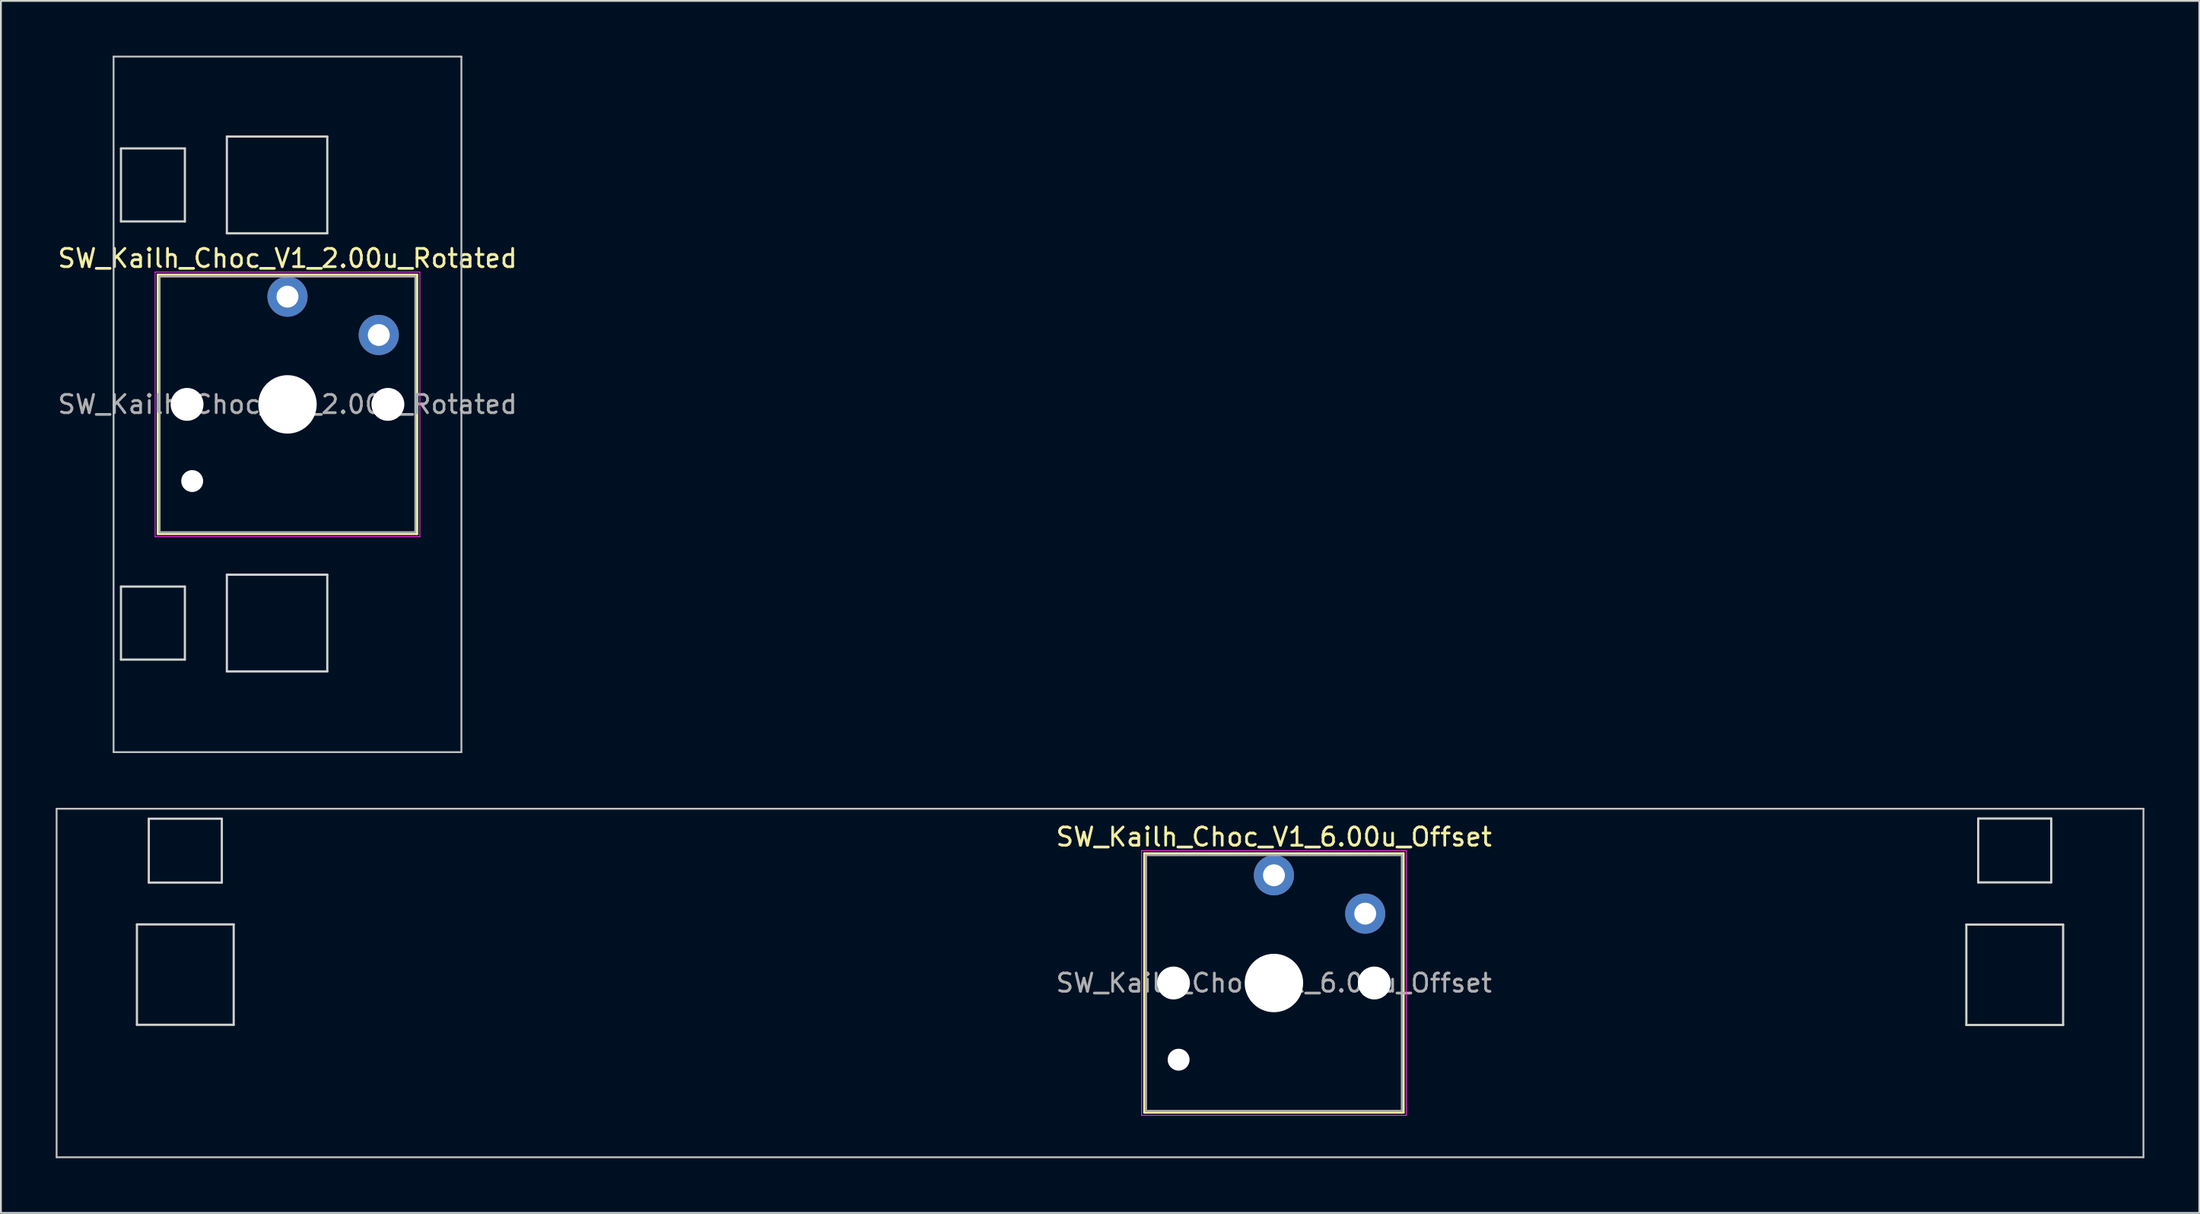
<source format=kicad_pcb>
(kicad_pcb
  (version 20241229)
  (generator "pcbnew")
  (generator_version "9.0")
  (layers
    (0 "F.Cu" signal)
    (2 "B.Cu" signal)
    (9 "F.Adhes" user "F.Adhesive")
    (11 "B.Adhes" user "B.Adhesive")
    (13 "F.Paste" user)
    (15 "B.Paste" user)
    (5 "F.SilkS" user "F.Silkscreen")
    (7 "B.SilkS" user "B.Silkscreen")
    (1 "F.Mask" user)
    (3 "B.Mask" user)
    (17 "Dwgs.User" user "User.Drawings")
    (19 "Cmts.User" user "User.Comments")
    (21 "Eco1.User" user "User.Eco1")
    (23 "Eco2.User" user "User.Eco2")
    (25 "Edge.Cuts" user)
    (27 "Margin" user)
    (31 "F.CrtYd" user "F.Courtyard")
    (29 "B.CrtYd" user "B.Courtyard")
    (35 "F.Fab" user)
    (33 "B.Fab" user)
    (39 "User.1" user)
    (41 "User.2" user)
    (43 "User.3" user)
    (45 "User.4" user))
  (footprint "SW_Kailh_Choc_V1_6.00u_Offset"
    (layer "F.Cu")
    (at 57.2 50.795)
    (property "Reference" "SW_Kailh_Choc_V1_6.00u_Offset" (at 9.525 -8 0) (layer "F.SilkS") (effects (font (size 1 1) (thickness 0.15))))
    (attr through_hole)
    (fp_line (start 2.425 -7.1) (end 2.425 7.1) (stroke (width 0.12) (type solid)) (layer "F.SilkS"))
    (fp_line (start 2.425 7.1) (end 16.625 7.1) (stroke (width 0.12) (type solid)) (layer "F.SilkS"))
    (fp_line (start 16.625 -7.1) (end 2.425 -7.1) (stroke (width 0.12) (type solid)) (layer "F.SilkS"))
    (fp_line (start 16.625 7.1) (end 16.625 -7.1) (stroke (width 0.12) (type solid)) (layer "F.SilkS"))
    (fp_line (start -57.15 -9.545) (end -57.15 9.545) (stroke (width 0.1) (type solid)) (layer "Dwgs.User"))
    (fp_line (start 57.15 -9.545) (end 57.15 9.545) (stroke (width 0.1) (type solid)) (layer "Dwgs.User"))
    (fp_line (start 57.16 -9.545) (end -57.15 -9.545) (stroke (width 0.1) (type solid)) (layer "Dwgs.User"))
    (fp_line (start 57.16 9.545) (end -57.15 9.545) (stroke (width 0.1) (type solid)) (layer "Dwgs.User"))
    (fp_line (start -52.75 -3.21) (end -52.75 2.29) (stroke (width 0.12) (type solid)) (layer "Edge.Cuts"))
    (fp_line (start -52.75 -3.21) (end -47.45 -3.21) (stroke (width 0.12) (type solid)) (layer "Edge.Cuts"))
    (fp_line (start -52.75 2.29) (end -47.45 2.29) (stroke (width 0.12) (type solid)) (layer "Edge.Cuts"))
    (fp_line (start -52.1 -9) (end -52.1 -5.5) (stroke (width 0.12) (type solid)) (layer "Edge.Cuts"))
    (fp_line (start -52.1 -9) (end -48.1 -9) (stroke (width 0.12) (type solid)) (layer "Edge.Cuts"))
    (fp_line (start -52.1 -5.5) (end -48.1 -5.5) (stroke (width 0.12) (type solid)) (layer "Edge.Cuts"))
    (fp_line (start -48.1 -5.5) (end -48.1 -9) (stroke (width 0.12) (type solid)) (layer "Edge.Cuts"))
    (fp_line (start -47.45 2.29) (end -47.45 -3.21) (stroke (width 0.12) (type solid)) (layer "Edge.Cuts"))
    (fp_line (start 47.45 -3.2) (end 47.45 2.3) (stroke (width 0.12) (type solid)) (layer "Edge.Cuts"))
    (fp_line (start 47.45 -3.2) (end 52.75 -3.2) (stroke (width 0.12) (type solid)) (layer "Edge.Cuts"))
    (fp_line (start 47.45 2.3) (end 52.75 2.3) (stroke (width 0.12) (type solid)) (layer "Edge.Cuts"))
    (fp_line (start 48.1 -9.01) (end 48.1 -5.51) (stroke (width 0.12) (type solid)) (layer "Edge.Cuts"))
    (fp_line (start 48.1 -9.01) (end 52.1 -9.01) (stroke (width 0.12) (type solid)) (layer "Edge.Cuts"))
    (fp_line (start 48.1 -5.51) (end 52.1 -5.51) (stroke (width 0.12) (type solid)) (layer "Edge.Cuts"))
    (fp_line (start 52.1 -5.51) (end 52.1 -9.01) (stroke (width 0.12) (type solid)) (layer "Edge.Cuts"))
    (fp_line (start 52.75 2.3) (end 52.75 -3.2) (stroke (width 0.12) (type solid)) (layer "Edge.Cuts"))
    (fp_line (start 2.275 -7.25) (end 2.275 7.25) (stroke (width 0.05) (type solid)) (layer "F.CrtYd"))
    (fp_line (start 2.275 7.25) (end 16.775 7.25) (stroke (width 0.05) (type solid)) (layer "F.CrtYd"))
    (fp_line (start 16.775 -7.25) (end 2.275 -7.25) (stroke (width 0.05) (type solid)) (layer "F.CrtYd"))
    (fp_line (start 16.775 7.25) (end 16.775 -7.25) (stroke (width 0.05) (type solid)) (layer "F.CrtYd"))
    (fp_line (start 2.525 -7) (end 2.525 7) (stroke (width 0.1) (type solid)) (layer "F.Fab"))
    (fp_line (start 2.525 7) (end 16.525 7) (stroke (width 0.1) (type solid)) (layer "F.Fab"))
    (fp_line (start 16.525 -7) (end 2.525 -7) (stroke (width 0.1) (type solid)) (layer "F.Fab"))
    (fp_line (start 16.525 7) (end 16.525 -7) (stroke (width 0.1) (type solid)) (layer "F.Fab"))
    (fp_text user "${REFERENCE}" (at 9.525 0 0) (layer "F.Fab") (effects (font (size 1 1) (thickness 0.15))))
    (pad "" np_thru_hole circle (at 4.025 0) (size 1.8 1.8) (drill 1.8) (layers "*.Cu" "*.Mask"))
    (pad "" np_thru_hole circle (at 4.305 4.2) (size 1.2 1.2) (drill 1.2) (layers "*.Cu" "*.Mask"))
    (pad "" np_thru_hole circle (at 9.525 0) (size 3.2 3.2) (drill 3.2) (layers "*.Cu" "*.Mask"))
    (pad "" np_thru_hole circle (at 15.025 0) (size 1.8 1.8) (drill 1.8) (layers "*.Cu" "*.Mask"))
    (pad "1" thru_hole circle (at 9.525 -5.9) (size 2.2 2.2) (drill 1.2) (layers "*.Cu" "B.Mask"))
    (pad "2" thru_hole circle (at 14.525 -3.8) (size 2.2 2.2) (drill 1.2) (layers "*.Cu" "B.Mask")))
  (footprint "SW_Kailh_Choc_V1_2.00u_Rotated"
    (layer "F.Cu")
    (at 12.696 19.1)
    (property "Reference" "SW_Kailh_Choc_V1_2.00u_Rotated" (at 0 -8 0) (layer "F.SilkS") (effects (font (size 1 1) (thickness 0.15))))
    (attr through_hole)
    (fp_line (start -7.1 -7.1) (end -7.1 7.1) (stroke (width 0.12) (type solid)) (layer "F.SilkS"))
    (fp_line (start -7.1 7.1) (end 7.1 7.1) (stroke (width 0.12) (type solid)) (layer "F.SilkS"))
    (fp_line (start 7.1 -7.1) (end -7.1 -7.1) (stroke (width 0.12) (type solid)) (layer "F.SilkS"))
    (fp_line (start 7.1 7.1) (end 7.1 -7.1) (stroke (width 0.12) (type solid)) (layer "F.SilkS"))
    (fp_line (start -9.525 -19.05) (end -9.525 19.05) (stroke (width 0.1) (type solid)) (layer "Dwgs.User"))
    (fp_line (start -9.525 -19.05) (end 9.525 -19.05) (stroke (width 0.1) (type solid)) (layer "Dwgs.User"))
    (fp_line (start -9.525 19.05) (end 9.525 19.05) (stroke (width 0.1) (type solid)) (layer "Dwgs.User"))
    (fp_line (start 9.525 -19.05) (end 9.525 19.05) (stroke (width 0.1) (type solid)) (layer "Dwgs.User"))
    (fp_line (start -9.12 -10.02) (end -9.12 -14.02) (stroke (width 0.12) (type solid)) (layer "Edge.Cuts"))
    (fp_line (start -9.12 -10.02) (end -5.62 -10.02) (stroke (width 0.12) (type solid)) (layer "Edge.Cuts"))
    (fp_line (start -9.12 13.98) (end -9.12 9.98) (stroke (width 0.12) (type solid)) (layer "Edge.Cuts"))
    (fp_line (start -9.12 13.98) (end -5.62 13.98) (stroke (width 0.12) (type solid)) (layer "Edge.Cuts"))
    (fp_line (start -5.62 -14.02) (end -9.12 -14.02) (stroke (width 0.12) (type solid)) (layer "Edge.Cuts"))
    (fp_line (start -5.62 -10.02) (end -5.62 -14.02) (stroke (width 0.12) (type solid)) (layer "Edge.Cuts"))
    (fp_line (start -5.62 9.98) (end -9.12 9.98) (stroke (width 0.12) (type solid)) (layer "Edge.Cuts"))
    (fp_line (start -5.62 13.98) (end -5.62 9.98) (stroke (width 0.12) (type solid)) (layer "Edge.Cuts"))
    (fp_line (start -3.32 -9.37) (end -3.32 -14.67) (stroke (width 0.12) (type solid)) (layer "Edge.Cuts"))
    (fp_line (start -3.32 -9.37) (end 2.18 -9.37) (stroke (width 0.12) (type solid)) (layer "Edge.Cuts"))
    (fp_line (start -3.32 14.63) (end -3.32 9.33) (stroke (width 0.12) (type solid)) (layer "Edge.Cuts"))
    (fp_line (start -3.32 14.63) (end 2.18 14.63) (stroke (width 0.12) (type solid)) (layer "Edge.Cuts"))
    (fp_line (start 2.18 -14.67) (end -3.32 -14.67) (stroke (width 0.12) (type solid)) (layer "Edge.Cuts"))
    (fp_line (start 2.18 -9.37) (end 2.18 -14.67) (stroke (width 0.12) (type solid)) (layer "Edge.Cuts"))
    (fp_line (start 2.18 9.33) (end -3.32 9.33) (stroke (width 0.12) (type solid)) (layer "Edge.Cuts"))
    (fp_line (start 2.18 14.63) (end 2.18 9.33) (stroke (width 0.12) (type solid)) (layer "Edge.Cuts"))
    (fp_line (start -7.25 -7.25) (end -7.25 7.25) (stroke (width 0.05) (type solid)) (layer "F.CrtYd"))
    (fp_line (start -7.25 7.25) (end 7.25 7.25) (stroke (width 0.05) (type solid)) (layer "F.CrtYd"))
    (fp_line (start 7.25 -7.25) (end -7.25 -7.25) (stroke (width 0.05) (type solid)) (layer "F.CrtYd"))
    (fp_line (start 7.25 7.25) (end 7.25 -7.25) (stroke (width 0.05) (type solid)) (layer "F.CrtYd"))
    (fp_line (start -7 -7) (end -7 7) (stroke (width 0.1) (type solid)) (layer "F.Fab"))
    (fp_line (start -7 7) (end 7 7) (stroke (width 0.1) (type solid)) (layer "F.Fab"))
    (fp_line (start 7 -7) (end -7 -7) (stroke (width 0.1) (type solid)) (layer "F.Fab"))
    (fp_line (start 7 7) (end 7 -7) (stroke (width 0.1) (type solid)) (layer "F.Fab"))
    (fp_text user "${REFERENCE}" (at 0 0 0) (layer "F.Fab") (effects (font (size 1 1) (thickness 0.15))))
    (pad "" np_thru_hole circle (at -5.5 0) (size 1.8 1.8) (drill 1.8) (layers "*.Cu" "*.Mask"))
    (pad "" np_thru_hole circle (at -5.22 4.2) (size 1.2 1.2) (drill 1.2) (layers "*.Cu" "*.Mask"))
    (pad "" np_thru_hole circle (at 0 0) (size 3.2 3.2) (drill 3.2) (layers "*.Cu" "*.Mask"))
    (pad "" np_thru_hole circle (at 5.5 0) (size 1.8 1.8) (drill 1.8) (layers "*.Cu" "*.Mask"))
    (pad "1" thru_hole circle (at 0 -5.9) (size 2.2 2.2) (drill 1.2) (layers "*.Cu" "B.Mask"))
    (pad "2" thru_hole circle (at 5 -3.8) (size 2.2 2.2) (drill 1.2) (layers "*.Cu" "B.Mask")))
  (gr_rect
    (start -3 -3)
    (end 117.41 63.39)
    (stroke (width 0.1) (type default))
    (fill no)
    (layer "Edge.Cuts")))
</source>
